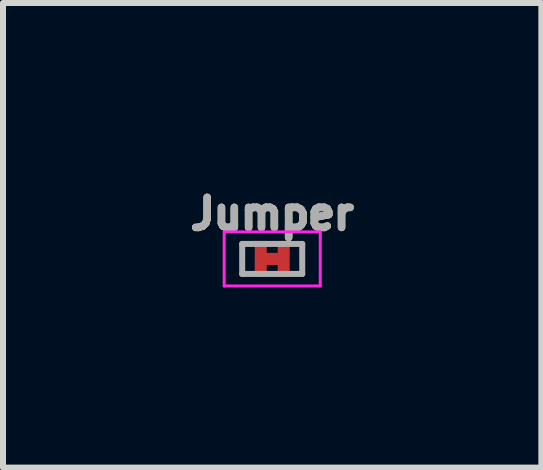
<source format=kicad_pcb>
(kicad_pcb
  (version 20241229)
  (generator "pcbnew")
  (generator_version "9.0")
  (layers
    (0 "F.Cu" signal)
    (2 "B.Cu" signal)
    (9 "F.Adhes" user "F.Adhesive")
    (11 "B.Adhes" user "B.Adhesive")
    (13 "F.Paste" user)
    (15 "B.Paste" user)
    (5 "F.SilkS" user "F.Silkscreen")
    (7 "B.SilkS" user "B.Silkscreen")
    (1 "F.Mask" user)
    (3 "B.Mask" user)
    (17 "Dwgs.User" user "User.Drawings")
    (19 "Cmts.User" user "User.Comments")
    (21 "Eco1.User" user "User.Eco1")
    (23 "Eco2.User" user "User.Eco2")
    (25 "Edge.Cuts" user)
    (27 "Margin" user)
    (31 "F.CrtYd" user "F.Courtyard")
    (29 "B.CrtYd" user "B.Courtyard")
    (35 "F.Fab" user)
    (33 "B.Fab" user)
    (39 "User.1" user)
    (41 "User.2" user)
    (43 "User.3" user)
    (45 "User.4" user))
  (footprint "Jumper"
    (layer "F.Cu")
    (at 1.483 1.262)
    (property "Reference" "Jumper" (at 0 -0.75 0) (layer "F.SilkS") (effects (font (size 0.5 0.5) (thickness 0.125))))
    (attr smd)
    (fp_line (start -0.8 -0.45) (end -0.8 0.45) (stroke (width 0.05) (type solid)) (layer "F.CrtYd"))
    (fp_line (start -0.8 -0.45) (end 0.8 -0.45) (stroke (width 0.05) (type solid)) (layer "F.CrtYd"))
    (fp_line (start 0.8 0.45) (end -0.8 0.45) (stroke (width 0.05) (type solid)) (layer "F.CrtYd"))
    (fp_line (start 0.8 0.45) (end 0.8 -0.45) (stroke (width 0.05) (type solid)) (layer "F.CrtYd"))
    (fp_line (start -0.5 -0.25) (end 0.5 -0.25) (stroke (width 0.1) (type solid)) (layer "F.Fab"))
    (fp_line (start -0.5 0.25) (end -0.5 -0.25) (stroke (width 0.1) (type solid)) (layer "F.Fab"))
    (fp_line (start 0.5 -0.25) (end 0.5 0.25) (stroke (width 0.1) (type solid)) (layer "F.Fab"))
    (fp_line (start 0.5 0.25) (end -0.5 0.25) (stroke (width 0.1) (type solid)) (layer "F.Fab"))
    (fp_text user "${REFERENCE}" (at 0 -0.75 0) (layer "F.Fab") (effects (font (size 0.5 0.5) (thickness 0.125))))
    (pad "1" smd rect (at -0.191 0) (size 0.2 0.6) (layers "F.Cu"))
    (pad "1" smd rect (at 0 0) (size 0.3 0.203) (layers "F.Cu" "F.Mask" "F.Paste"))
    (pad "1" smd rect (at 0.191 0) (size 0.2 0.6) (layers "F.Cu")))
  (gr_rect
    (start -3 -3)
    (end 5.965 4.737)
    (stroke (width 0.1) (type default))
    (fill no)
    (layer "Edge.Cuts")))
</source>
